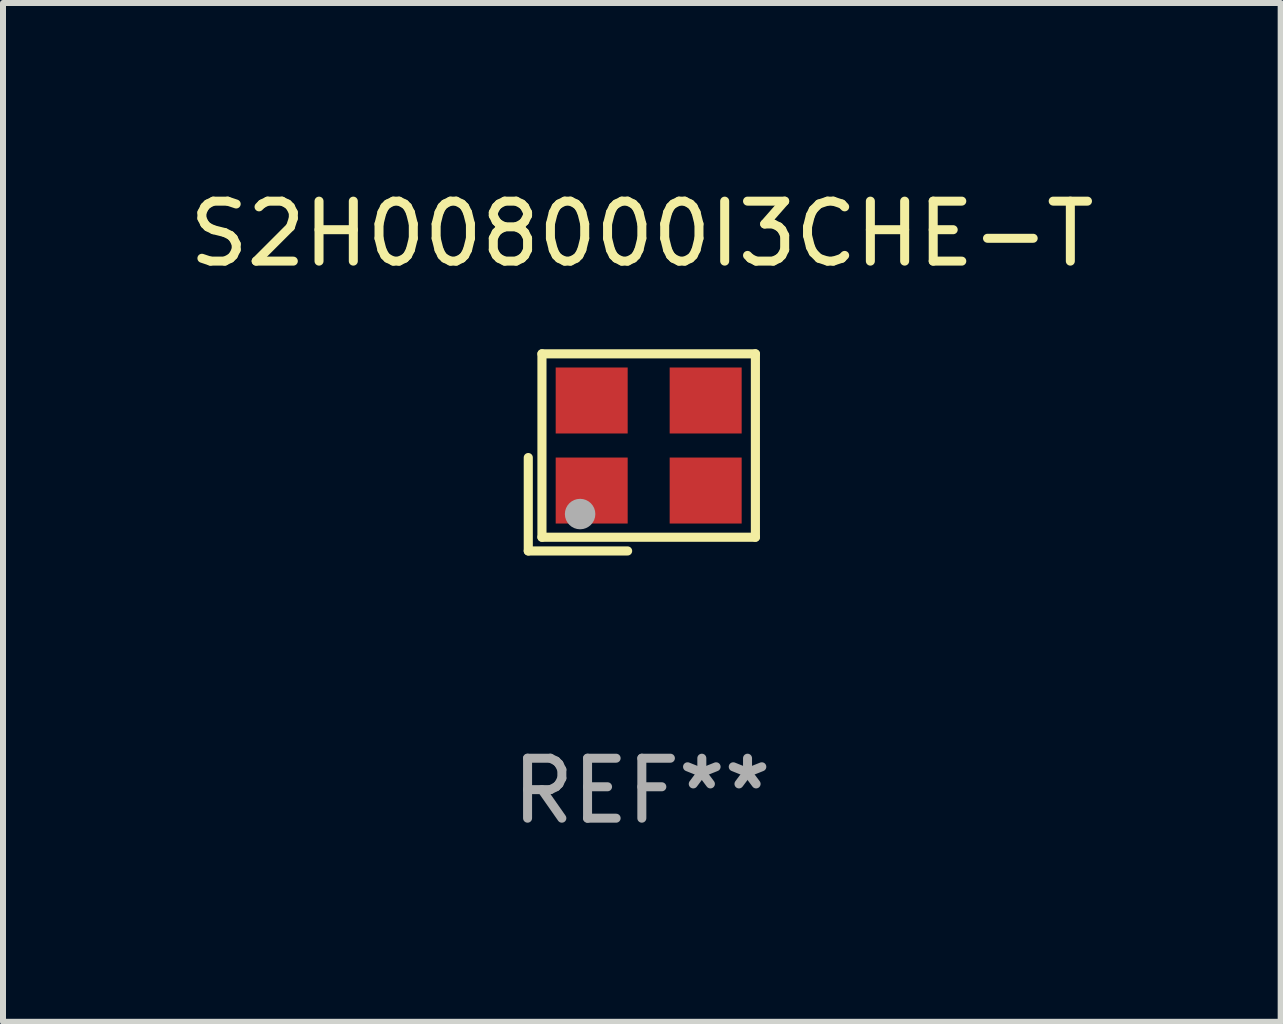
<source format=kicad_pcb>
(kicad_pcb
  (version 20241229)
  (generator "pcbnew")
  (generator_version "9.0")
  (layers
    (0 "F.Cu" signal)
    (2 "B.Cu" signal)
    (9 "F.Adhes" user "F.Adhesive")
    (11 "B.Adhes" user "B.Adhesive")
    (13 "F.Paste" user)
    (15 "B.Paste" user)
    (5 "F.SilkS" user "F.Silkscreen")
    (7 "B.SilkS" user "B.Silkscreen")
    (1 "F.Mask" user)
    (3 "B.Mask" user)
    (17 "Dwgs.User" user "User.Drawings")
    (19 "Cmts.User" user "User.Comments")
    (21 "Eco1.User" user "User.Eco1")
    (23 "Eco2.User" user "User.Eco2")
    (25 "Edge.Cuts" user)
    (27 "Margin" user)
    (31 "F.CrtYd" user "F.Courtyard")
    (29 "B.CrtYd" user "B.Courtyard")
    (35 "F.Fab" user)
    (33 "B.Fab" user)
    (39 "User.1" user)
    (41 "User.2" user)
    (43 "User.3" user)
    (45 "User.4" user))
  (footprint "S2H008000I3CHE-T"
    (layer "F.Cu")
    (at 7.649 4.491)
    (property "Reference" "S2H008000I3CHE-T" (at 0 -3.643 0) (layer "F.SilkS") (effects (font (size 1 1) (thickness 0.15))))
    (attr through_hole)
    (fp_line (start -1.893 0.086) (end -1.893 1.643) (stroke (width 0.152) (type solid)) (layer "F.SilkS"))
    (fp_line (start -1.893 1.643) (end -0.237 1.643) (stroke (width 0.152) (type solid)) (layer "F.SilkS"))
    (fp_line (start -1.665 -1.643) (end 1.893 -1.643) (stroke (width 0.152) (type solid)) (layer "F.SilkS"))
    (fp_line (start -1.665 1.414) (end -1.665 -1.643) (stroke (width 0.152) (type solid)) (layer "F.SilkS"))
    (fp_line (start 1.893 -1.643) (end 1.893 1.414) (stroke (width 0.152) (type solid)) (layer "F.SilkS"))
    (fp_line (start 1.893 1.414) (end -1.665 1.414) (stroke (width 0.152) (type solid)) (layer "F.SilkS"))
    (fp_circle (center -1.136 0.885) (end -1.106 0.885) (stroke (width 0.06) (type solid)) (fill no) (layer "F.SilkS"))
    (fp_circle (center -1.029 1.028) (end -0.902 1.028) (stroke (width 0.254) (type solid)) (fill no) (layer "F.Fab"))
    (fp_text user "REF**" (at 0 5.643 0) (layer "F.Fab") (effects (font (size 1 1) (thickness 0.15))))
    (pad "1" smd rect (at -0.836 0.636) (size 1.2 1.1) (layers "F.Cu" "F.Mask" "F.Paste"))
    (pad "2" smd rect (at 1.064 0.636) (size 1.2 1.1) (layers "F.Cu" "F.Mask" "F.Paste"))
    (pad "3" smd rect (at 1.064 -0.865) (size 1.2 1.1) (layers "F.Cu" "F.Mask" "F.Paste"))
    (pad "4" smd rect (at -0.836 -0.865) (size 1.2 1.1) (layers "F.Cu" "F.Mask" "F.Paste")))
  (gr_rect
    (start -3 -3)
    (end 18.298 13.983)
    (stroke (width 0.1) (type default))
    (fill no)
    (layer "Edge.Cuts")))
</source>
